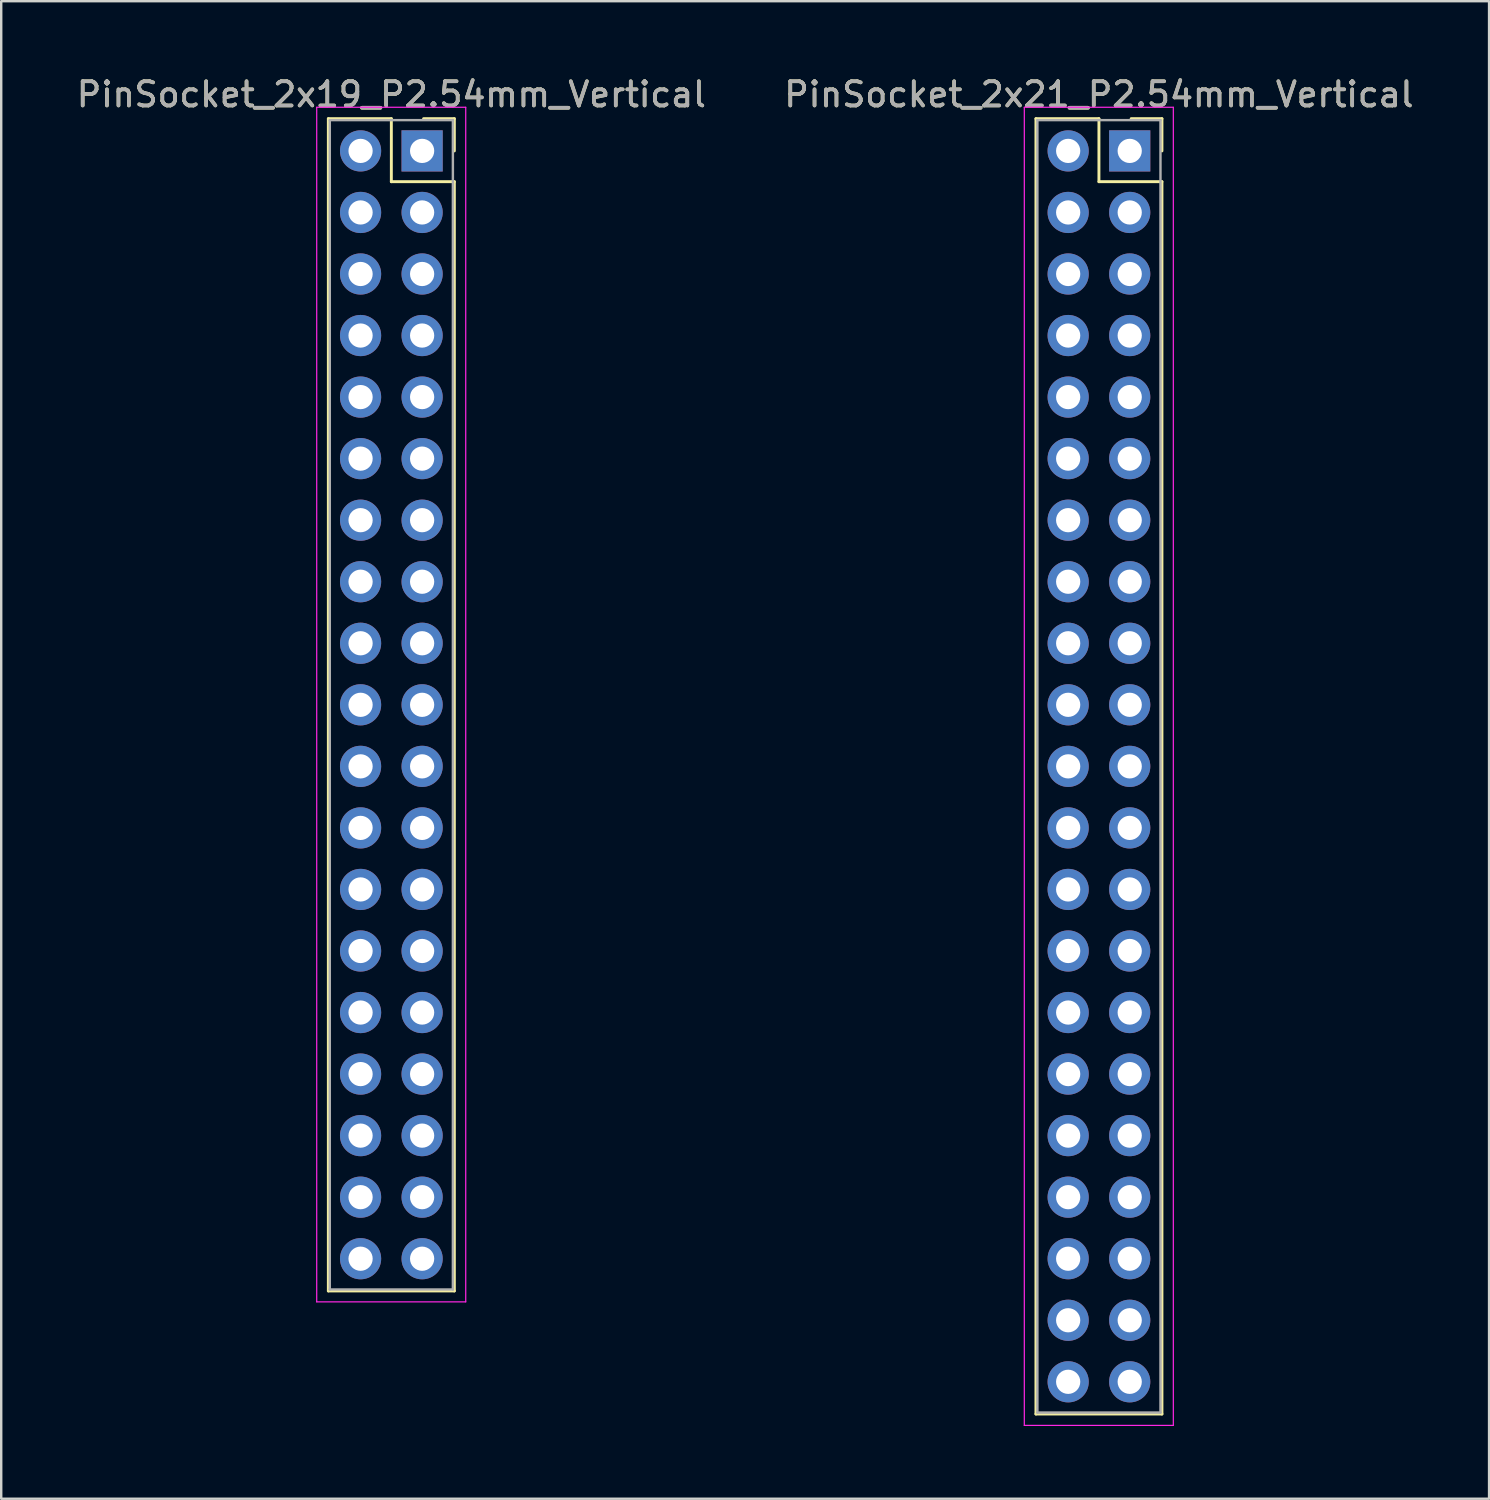
<source format=kicad_pcb>
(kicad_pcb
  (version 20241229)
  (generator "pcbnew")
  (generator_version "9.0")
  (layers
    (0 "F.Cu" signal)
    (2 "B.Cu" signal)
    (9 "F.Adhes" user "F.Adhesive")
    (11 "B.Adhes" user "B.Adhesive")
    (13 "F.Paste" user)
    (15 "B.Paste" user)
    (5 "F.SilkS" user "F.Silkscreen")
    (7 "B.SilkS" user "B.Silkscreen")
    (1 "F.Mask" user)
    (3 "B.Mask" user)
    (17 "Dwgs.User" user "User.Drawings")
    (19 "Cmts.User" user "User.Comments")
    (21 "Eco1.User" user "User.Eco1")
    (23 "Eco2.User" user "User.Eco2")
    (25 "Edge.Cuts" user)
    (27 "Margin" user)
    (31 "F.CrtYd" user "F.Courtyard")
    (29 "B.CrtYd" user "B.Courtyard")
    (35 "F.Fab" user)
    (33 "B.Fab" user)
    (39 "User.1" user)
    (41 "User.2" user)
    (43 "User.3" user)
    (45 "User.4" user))
  (footprint "PinSocket_2x21_P2.54mm_Vertical"
    (layer "F.Cu")
    (at 43.574 3.178)
    (property "Reference" "PinSocket_2x21_P2.54mm_Vertical" (at -1.27 -2.33 0) (layer "F.SilkS") (effects (font (size 1 1) (thickness 0.15))))
    (attr through_hole)
    (fp_line (start -3.87 -1.33) (end -1.27 -1.33) (stroke (width 0.12) (type solid)) (layer "F.SilkS"))
    (fp_line (start -3.87 52.13) (end -3.87 -1.33) (stroke (width 0.12) (type solid)) (layer "F.SilkS"))
    (fp_line (start -1.27 -1.33) (end -1.27 1.27) (stroke (width 0.12) (type solid)) (layer "F.SilkS"))
    (fp_line (start -1.27 1.27) (end 1.33 1.27) (stroke (width 0.12) (type solid)) (layer "F.SilkS"))
    (fp_line (start 1.33 -1.33) (end 0.06 -1.33) (stroke (width 0.12) (type solid)) (layer "F.SilkS"))
    (fp_line (start 1.33 0) (end 1.33 -1.33) (stroke (width 0.12) (type solid)) (layer "F.SilkS"))
    (fp_line (start 1.33 1.27) (end 1.33 52.13) (stroke (width 0.12) (type solid)) (layer "F.SilkS"))
    (fp_line (start 1.33 52.13) (end -3.87 52.13) (stroke (width 0.12) (type solid)) (layer "F.SilkS"))
    (fp_line (start -4.35 -1.8) (end -4.35 52.6) (stroke (width 0.05) (type solid)) (layer "F.CrtYd"))
    (fp_line (start -4.35 52.6) (end 1.8 52.6) (stroke (width 0.05) (type solid)) (layer "F.CrtYd"))
    (fp_line (start 1.8 -1.8) (end -4.35 -1.8) (stroke (width 0.05) (type solid)) (layer "F.CrtYd"))
    (fp_line (start 1.8 52.6) (end 1.8 -1.8) (stroke (width 0.05) (type solid)) (layer "F.CrtYd"))
    (fp_line (start -3.81 -1.27) (end -3.81 52.07) (stroke (width 0.1) (type solid)) (layer "F.Fab"))
    (fp_line (start -3.81 52.07) (end 1.27 52.07) (stroke (width 0.1) (type solid)) (layer "F.Fab"))
    (fp_line (start 1.27 -1.27) (end -3.81 -1.27) (stroke (width 0.1) (type solid)) (layer "F.Fab"))
    (fp_line (start 1.27 52.07) (end 1.27 -1.27) (stroke (width 0.1) (type solid)) (layer "F.Fab"))
    (fp_text user "${REFERENCE}" (at -1.27 -2.33 0) (layer "F.Fab") (effects (font (size 1 1) (thickness 0.15))))
    (pad "1" thru_hole rect (at 0 0) (size 1.7 1.7) (drill 1) (layers "*.Cu" "*.Mask"))
    (pad "2" thru_hole oval (at -2.54 0) (size 1.7 1.7) (drill 1) (layers "*.Cu" "*.Mask"))
    (pad "3" thru_hole oval (at 0 2.54) (size 1.7 1.7) (drill 1) (layers "*.Cu" "*.Mask"))
    (pad "4" thru_hole oval (at -2.54 2.54) (size 1.7 1.7) (drill 1) (layers "*.Cu" "*.Mask"))
    (pad "5" thru_hole oval (at 0 5.08) (size 1.7 1.7) (drill 1) (layers "*.Cu" "*.Mask"))
    (pad "6" thru_hole oval (at -2.54 5.08) (size 1.7 1.7) (drill 1) (layers "*.Cu" "*.Mask"))
    (pad "7" thru_hole oval (at 0 7.62) (size 1.7 1.7) (drill 1) (layers "*.Cu" "*.Mask"))
    (pad "8" thru_hole oval (at -2.54 7.62) (size 1.7 1.7) (drill 1) (layers "*.Cu" "*.Mask"))
    (pad "9" thru_hole oval (at 0 10.16) (size 1.7 1.7) (drill 1) (layers "*.Cu" "*.Mask"))
    (pad "10" thru_hole oval (at -2.54 10.16) (size 1.7 1.7) (drill 1) (layers "*.Cu" "*.Mask"))
    (pad "11" thru_hole oval (at 0 12.7) (size 1.7 1.7) (drill 1) (layers "*.Cu" "*.Mask"))
    (pad "12" thru_hole oval (at -2.54 12.7) (size 1.7 1.7) (drill 1) (layers "*.Cu" "*.Mask"))
    (pad "13" thru_hole oval (at 0 15.24) (size 1.7 1.7) (drill 1) (layers "*.Cu" "*.Mask"))
    (pad "14" thru_hole oval (at -2.54 15.24) (size 1.7 1.7) (drill 1) (layers "*.Cu" "*.Mask"))
    (pad "15" thru_hole oval (at 0 17.78) (size 1.7 1.7) (drill 1) (layers "*.Cu" "*.Mask"))
    (pad "16" thru_hole oval (at -2.54 17.78) (size 1.7 1.7) (drill 1) (layers "*.Cu" "*.Mask"))
    (pad "17" thru_hole oval (at 0 20.32) (size 1.7 1.7) (drill 1) (layers "*.Cu" "*.Mask"))
    (pad "18" thru_hole oval (at -2.54 20.32) (size 1.7 1.7) (drill 1) (layers "*.Cu" "*.Mask"))
    (pad "19" thru_hole oval (at 0 22.86) (size 1.7 1.7) (drill 1) (layers "*.Cu" "*.Mask"))
    (pad "20" thru_hole oval (at -2.54 22.86) (size 1.7 1.7) (drill 1) (layers "*.Cu" "*.Mask"))
    (pad "21" thru_hole oval (at 0 25.4) (size 1.7 1.7) (drill 1) (layers "*.Cu" "*.Mask"))
    (pad "22" thru_hole oval (at -2.54 25.4) (size 1.7 1.7) (drill 1) (layers "*.Cu" "*.Mask"))
    (pad "23" thru_hole oval (at 0 27.94) (size 1.7 1.7) (drill 1) (layers "*.Cu" "*.Mask"))
    (pad "24" thru_hole oval (at -2.54 27.94) (size 1.7 1.7) (drill 1) (layers "*.Cu" "*.Mask"))
    (pad "25" thru_hole oval (at 0 30.48) (size 1.7 1.7) (drill 1) (layers "*.Cu" "*.Mask"))
    (pad "26" thru_hole oval (at -2.54 30.48) (size 1.7 1.7) (drill 1) (layers "*.Cu" "*.Mask"))
    (pad "27" thru_hole oval (at 0 33.02) (size 1.7 1.7) (drill 1) (layers "*.Cu" "*.Mask"))
    (pad "28" thru_hole oval (at -2.54 33.02) (size 1.7 1.7) (drill 1) (layers "*.Cu" "*.Mask"))
    (pad "29" thru_hole oval (at 0 35.56) (size 1.7 1.7) (drill 1) (layers "*.Cu" "*.Mask"))
    (pad "30" thru_hole oval (at -2.54 35.56) (size 1.7 1.7) (drill 1) (layers "*.Cu" "*.Mask"))
    (pad "31" thru_hole oval (at 0 38.1) (size 1.7 1.7) (drill 1) (layers "*.Cu" "*.Mask"))
    (pad "32" thru_hole oval (at -2.54 38.1) (size 1.7 1.7) (drill 1) (layers "*.Cu" "*.Mask"))
    (pad "33" thru_hole oval (at 0 40.64) (size 1.7 1.7) (drill 1) (layers "*.Cu" "*.Mask"))
    (pad "34" thru_hole oval (at -2.54 40.64) (size 1.7 1.7) (drill 1) (layers "*.Cu" "*.Mask"))
    (pad "35" thru_hole oval (at 0 43.18) (size 1.7 1.7) (drill 1) (layers "*.Cu" "*.Mask"))
    (pad "36" thru_hole oval (at -2.54 43.18) (size 1.7 1.7) (drill 1) (layers "*.Cu" "*.Mask"))
    (pad "37" thru_hole oval (at 0 45.72) (size 1.7 1.7) (drill 1) (layers "*.Cu" "*.Mask"))
    (pad "38" thru_hole oval (at -2.54 45.72) (size 1.7 1.7) (drill 1) (layers "*.Cu" "*.Mask"))
    (pad "39" thru_hole oval (at 0 48.26) (size 1.7 1.7) (drill 1) (layers "*.Cu" "*.Mask"))
    (pad "40" thru_hole oval (at -2.54 48.26) (size 1.7 1.7) (drill 1) (layers "*.Cu" "*.Mask"))
    (pad "41" thru_hole oval (at 0 50.8) (size 1.7 1.7) (drill 1) (layers "*.Cu" "*.Mask"))
    (pad "42" thru_hole oval (at -2.54 50.8) (size 1.7 1.7) (drill 1) (layers "*.Cu" "*.Mask")))
  (footprint "PinSocket_2x19_P2.54mm_Vertical"
    (layer "F.Cu")
    (at 14.371 3.178)
    (property "Reference" "PinSocket_2x19_P2.54mm_Vertical" (at -1.27 -2.33 0) (layer "F.SilkS") (effects (font (size 1 1) (thickness 0.15))))
    (attr through_hole)
    (fp_line (start -3.87 -1.33) (end -1.27 -1.33) (stroke (width 0.12) (type solid)) (layer "F.SilkS"))
    (fp_line (start -3.87 47.05) (end -3.87 -1.33) (stroke (width 0.12) (type solid)) (layer "F.SilkS"))
    (fp_line (start -1.27 -1.33) (end -1.27 1.27) (stroke (width 0.12) (type solid)) (layer "F.SilkS"))
    (fp_line (start -1.27 1.27) (end 1.33 1.27) (stroke (width 0.12) (type solid)) (layer "F.SilkS"))
    (fp_line (start 1.33 -1.33) (end 0.06 -1.33) (stroke (width 0.12) (type solid)) (layer "F.SilkS"))
    (fp_line (start 1.33 0) (end 1.33 -1.33) (stroke (width 0.12) (type solid)) (layer "F.SilkS"))
    (fp_line (start 1.33 1.27) (end 1.33 47.05) (stroke (width 0.12) (type solid)) (layer "F.SilkS"))
    (fp_line (start 1.33 47.05) (end -3.87 47.05) (stroke (width 0.12) (type solid)) (layer "F.SilkS"))
    (fp_line (start -4.35 -1.8) (end -4.35 47.5) (stroke (width 0.05) (type solid)) (layer "F.CrtYd"))
    (fp_line (start -4.35 47.5) (end 1.8 47.5) (stroke (width 0.05) (type solid)) (layer "F.CrtYd"))
    (fp_line (start 1.8 -1.8) (end -4.35 -1.8) (stroke (width 0.05) (type solid)) (layer "F.CrtYd"))
    (fp_line (start 1.8 47.5) (end 1.8 -1.8) (stroke (width 0.05) (type solid)) (layer "F.CrtYd"))
    (fp_line (start -3.81 -1.27) (end -3.81 46.99) (stroke (width 0.1) (type solid)) (layer "F.Fab"))
    (fp_line (start -3.81 46.99) (end 1.27 46.99) (stroke (width 0.1) (type solid)) (layer "F.Fab"))
    (fp_line (start 1.27 -1.27) (end -3.81 -1.27) (stroke (width 0.1) (type solid)) (layer "F.Fab"))
    (fp_line (start 1.27 46.99) (end 1.27 -1.27) (stroke (width 0.1) (type solid)) (layer "F.Fab"))
    (fp_text user "${REFERENCE}" (at -1.27 -2.33 0) (layer "F.Fab") (effects (font (size 1 1) (thickness 0.15))))
    (pad "1" thru_hole rect (at 0 0) (size 1.7 1.7) (drill 1) (layers "*.Cu" "*.Mask"))
    (pad "2" thru_hole oval (at -2.54 0) (size 1.7 1.7) (drill 1) (layers "*.Cu" "*.Mask"))
    (pad "3" thru_hole oval (at 0 2.54) (size 1.7 1.7) (drill 1) (layers "*.Cu" "*.Mask"))
    (pad "4" thru_hole oval (at -2.54 2.54) (size 1.7 1.7) (drill 1) (layers "*.Cu" "*.Mask"))
    (pad "5" thru_hole oval (at 0 5.08) (size 1.7 1.7) (drill 1) (layers "*.Cu" "*.Mask"))
    (pad "6" thru_hole oval (at -2.54 5.08) (size 1.7 1.7) (drill 1) (layers "*.Cu" "*.Mask"))
    (pad "7" thru_hole oval (at 0 7.62) (size 1.7 1.7) (drill 1) (layers "*.Cu" "*.Mask"))
    (pad "8" thru_hole oval (at -2.54 7.62) (size 1.7 1.7) (drill 1) (layers "*.Cu" "*.Mask"))
    (pad "9" thru_hole oval (at 0 10.16) (size 1.7 1.7) (drill 1) (layers "*.Cu" "*.Mask"))
    (pad "10" thru_hole oval (at -2.54 10.16) (size 1.7 1.7) (drill 1) (layers "*.Cu" "*.Mask"))
    (pad "11" thru_hole oval (at 0 12.7) (size 1.7 1.7) (drill 1) (layers "*.Cu" "*.Mask"))
    (pad "12" thru_hole oval (at -2.54 12.7) (size 1.7 1.7) (drill 1) (layers "*.Cu" "*.Mask"))
    (pad "13" thru_hole oval (at 0 15.24) (size 1.7 1.7) (drill 1) (layers "*.Cu" "*.Mask"))
    (pad "14" thru_hole oval (at -2.54 15.24) (size 1.7 1.7) (drill 1) (layers "*.Cu" "*.Mask"))
    (pad "15" thru_hole oval (at 0 17.78) (size 1.7 1.7) (drill 1) (layers "*.Cu" "*.Mask"))
    (pad "16" thru_hole oval (at -2.54 17.78) (size 1.7 1.7) (drill 1) (layers "*.Cu" "*.Mask"))
    (pad "17" thru_hole oval (at 0 20.32) (size 1.7 1.7) (drill 1) (layers "*.Cu" "*.Mask"))
    (pad "18" thru_hole oval (at -2.54 20.32) (size 1.7 1.7) (drill 1) (layers "*.Cu" "*.Mask"))
    (pad "19" thru_hole oval (at 0 22.86) (size 1.7 1.7) (drill 1) (layers "*.Cu" "*.Mask"))
    (pad "20" thru_hole oval (at -2.54 22.86) (size 1.7 1.7) (drill 1) (layers "*.Cu" "*.Mask"))
    (pad "21" thru_hole oval (at 0 25.4) (size 1.7 1.7) (drill 1) (layers "*.Cu" "*.Mask"))
    (pad "22" thru_hole oval (at -2.54 25.4) (size 1.7 1.7) (drill 1) (layers "*.Cu" "*.Mask"))
    (pad "23" thru_hole oval (at 0 27.94) (size 1.7 1.7) (drill 1) (layers "*.Cu" "*.Mask"))
    (pad "24" thru_hole oval (at -2.54 27.94) (size 1.7 1.7) (drill 1) (layers "*.Cu" "*.Mask"))
    (pad "25" thru_hole oval (at 0 30.48) (size 1.7 1.7) (drill 1) (layers "*.Cu" "*.Mask"))
    (pad "26" thru_hole oval (at -2.54 30.48) (size 1.7 1.7) (drill 1) (layers "*.Cu" "*.Mask"))
    (pad "27" thru_hole oval (at 0 33.02) (size 1.7 1.7) (drill 1) (layers "*.Cu" "*.Mask"))
    (pad "28" thru_hole oval (at -2.54 33.02) (size 1.7 1.7) (drill 1) (layers "*.Cu" "*.Mask"))
    (pad "29" thru_hole oval (at 0 35.56) (size 1.7 1.7) (drill 1) (layers "*.Cu" "*.Mask"))
    (pad "30" thru_hole oval (at -2.54 35.56) (size 1.7 1.7) (drill 1) (layers "*.Cu" "*.Mask"))
    (pad "31" thru_hole oval (at 0 38.1) (size 1.7 1.7) (drill 1) (layers "*.Cu" "*.Mask"))
    (pad "32" thru_hole oval (at -2.54 38.1) (size 1.7 1.7) (drill 1) (layers "*.Cu" "*.Mask"))
    (pad "33" thru_hole oval (at 0 40.64) (size 1.7 1.7) (drill 1) (layers "*.Cu" "*.Mask"))
    (pad "34" thru_hole oval (at -2.54 40.64) (size 1.7 1.7) (drill 1) (layers "*.Cu" "*.Mask"))
    (pad "35" thru_hole oval (at 0 43.18) (size 1.7 1.7) (drill 1) (layers "*.Cu" "*.Mask"))
    (pad "36" thru_hole oval (at -2.54 43.18) (size 1.7 1.7) (drill 1) (layers "*.Cu" "*.Mask"))
    (pad "37" thru_hole oval (at 0 45.72) (size 1.7 1.7) (drill 1) (layers "*.Cu" "*.Mask"))
    (pad "38" thru_hole oval (at -2.54 45.72) (size 1.7 1.7) (drill 1) (layers "*.Cu" "*.Mask")))
  (gr_rect
    (start -3 -3)
    (end 58.405 58.803)
    (stroke (width 0.1) (type default))
    (fill no)
    (layer "Edge.Cuts")))
</source>
